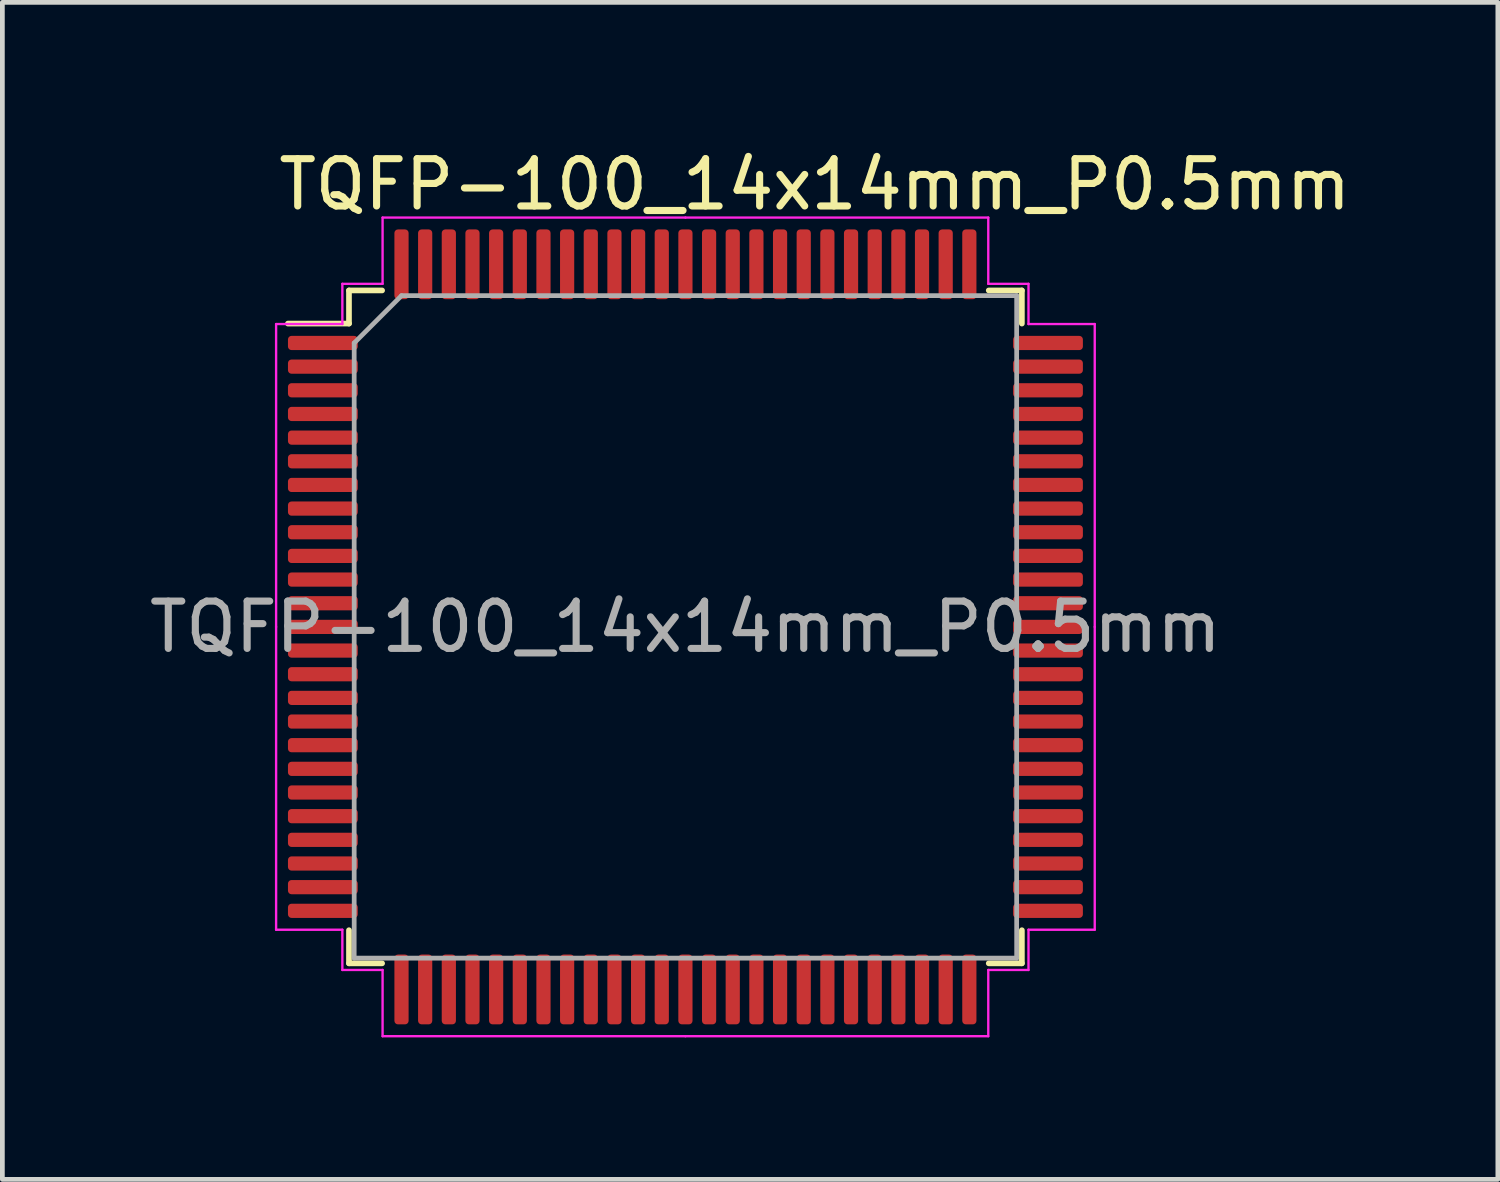
<source format=kicad_pcb>
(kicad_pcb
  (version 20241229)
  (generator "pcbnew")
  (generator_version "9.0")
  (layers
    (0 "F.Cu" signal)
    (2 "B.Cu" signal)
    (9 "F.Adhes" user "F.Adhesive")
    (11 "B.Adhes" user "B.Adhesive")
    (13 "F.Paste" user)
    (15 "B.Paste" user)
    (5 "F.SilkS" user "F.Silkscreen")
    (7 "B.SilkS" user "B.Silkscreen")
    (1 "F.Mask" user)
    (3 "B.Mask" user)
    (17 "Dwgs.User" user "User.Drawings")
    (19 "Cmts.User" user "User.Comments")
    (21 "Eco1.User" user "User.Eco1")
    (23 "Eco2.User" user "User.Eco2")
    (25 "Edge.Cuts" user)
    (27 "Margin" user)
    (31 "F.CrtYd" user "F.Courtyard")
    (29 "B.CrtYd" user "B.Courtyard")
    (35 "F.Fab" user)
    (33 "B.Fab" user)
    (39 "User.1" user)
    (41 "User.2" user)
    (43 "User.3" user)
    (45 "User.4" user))
  (footprint "TQFP-100_14x14mm_P0.5mm"
    (layer "F.Cu")
    (at 11.435 10.198)
    (property "Reference" "TQFP-100_14x14mm_P0.5mm" (at 2.735 -9.35 180) (layer "F.SilkS") (effects (font (size 1 1) (thickness 0.15))))
    (attr smd)
    (fp_line (start -7.11 -7.11) (end -7.11 -6.41) (stroke (width 0.12) (type solid)) (layer "F.SilkS"))
    (fp_line (start -7.11 -6.41) (end -8.4 -6.41) (stroke (width 0.12) (type solid)) (layer "F.SilkS"))
    (fp_line (start -7.11 7.11) (end -7.11 6.41) (stroke (width 0.12) (type solid)) (layer "F.SilkS"))
    (fp_line (start -6.41 -7.11) (end -7.11 -7.11) (stroke (width 0.12) (type solid)) (layer "F.SilkS"))
    (fp_line (start -6.41 7.11) (end -7.11 7.11) (stroke (width 0.12) (type solid)) (layer "F.SilkS"))
    (fp_line (start 6.41 -7.11) (end 7.11 -7.11) (stroke (width 0.12) (type solid)) (layer "F.SilkS"))
    (fp_line (start 6.41 7.11) (end 7.11 7.11) (stroke (width 0.12) (type solid)) (layer "F.SilkS"))
    (fp_line (start 7.11 -7.11) (end 7.11 -6.41) (stroke (width 0.12) (type solid)) (layer "F.SilkS"))
    (fp_line (start 7.11 7.11) (end 7.11 6.41) (stroke (width 0.12) (type solid)) (layer "F.SilkS"))
    (fp_line (start -8.65 -6.4) (end -8.65 0) (stroke (width 0.05) (type solid)) (layer "F.CrtYd"))
    (fp_line (start -8.65 6.4) (end -8.65 0) (stroke (width 0.05) (type solid)) (layer "F.CrtYd"))
    (fp_line (start -7.25 -7.25) (end -7.25 -6.4) (stroke (width 0.05) (type solid)) (layer "F.CrtYd"))
    (fp_line (start -7.25 -6.4) (end -8.65 -6.4) (stroke (width 0.05) (type solid)) (layer "F.CrtYd"))
    (fp_line (start -7.25 6.4) (end -8.65 6.4) (stroke (width 0.05) (type solid)) (layer "F.CrtYd"))
    (fp_line (start -7.25 7.25) (end -7.25 6.4) (stroke (width 0.05) (type solid)) (layer "F.CrtYd"))
    (fp_line (start -6.4 -8.65) (end -6.4 -7.25) (stroke (width 0.05) (type solid)) (layer "F.CrtYd"))
    (fp_line (start -6.4 -7.25) (end -7.25 -7.25) (stroke (width 0.05) (type solid)) (layer "F.CrtYd"))
    (fp_line (start -6.4 7.25) (end -7.25 7.25) (stroke (width 0.05) (type solid)) (layer "F.CrtYd"))
    (fp_line (start -6.4 8.65) (end -6.4 7.25) (stroke (width 0.05) (type solid)) (layer "F.CrtYd"))
    (fp_line (start 0 -8.65) (end -6.4 -8.65) (stroke (width 0.05) (type solid)) (layer "F.CrtYd"))
    (fp_line (start 0 -8.65) (end 6.4 -8.65) (stroke (width 0.05) (type solid)) (layer "F.CrtYd"))
    (fp_line (start 0 8.65) (end -6.4 8.65) (stroke (width 0.05) (type solid)) (layer "F.CrtYd"))
    (fp_line (start 0 8.65) (end 6.4 8.65) (stroke (width 0.05) (type solid)) (layer "F.CrtYd"))
    (fp_line (start 6.4 -8.65) (end 6.4 -7.25) (stroke (width 0.05) (type solid)) (layer "F.CrtYd"))
    (fp_line (start 6.4 -7.25) (end 7.25 -7.25) (stroke (width 0.05) (type solid)) (layer "F.CrtYd"))
    (fp_line (start 6.4 7.25) (end 7.25 7.25) (stroke (width 0.05) (type solid)) (layer "F.CrtYd"))
    (fp_line (start 6.4 8.65) (end 6.4 7.25) (stroke (width 0.05) (type solid)) (layer "F.CrtYd"))
    (fp_line (start 7.25 -7.25) (end 7.25 -6.4) (stroke (width 0.05) (type solid)) (layer "F.CrtYd"))
    (fp_line (start 7.25 -6.4) (end 8.65 -6.4) (stroke (width 0.05) (type solid)) (layer "F.CrtYd"))
    (fp_line (start 7.25 6.4) (end 8.65 6.4) (stroke (width 0.05) (type solid)) (layer "F.CrtYd"))
    (fp_line (start 7.25 7.25) (end 7.25 6.4) (stroke (width 0.05) (type solid)) (layer "F.CrtYd"))
    (fp_line (start 8.65 -6.4) (end 8.65 0) (stroke (width 0.05) (type solid)) (layer "F.CrtYd"))
    (fp_line (start 8.65 6.4) (end 8.65 0) (stroke (width 0.05) (type solid)) (layer "F.CrtYd"))
    (fp_line (start -7 -6) (end -6 -7) (stroke (width 0.1) (type solid)) (layer "F.Fab"))
    (fp_line (start -7 7) (end -7 -6) (stroke (width 0.1) (type solid)) (layer "F.Fab"))
    (fp_line (start -6 -7) (end 7 -7) (stroke (width 0.1) (type solid)) (layer "F.Fab"))
    (fp_line (start 7 -7) (end 7 7) (stroke (width 0.1) (type solid)) (layer "F.Fab"))
    (fp_line (start 7 7) (end -7 7) (stroke (width 0.1) (type solid)) (layer "F.Fab"))
    (fp_text user "${REFERENCE}" (at 0 0 180) (layer "F.Fab") (effects (font (size 1 1) (thickness 0.15))))
    (pad "1" smd roundrect (at -7.662 -6) (size 1.475 0.3) (layers "F.Cu" "F.Mask" "F.Paste") (roundrect_rratio 0.25))
    (pad "2" smd roundrect (at -7.662 -5.5) (size 1.475 0.3) (layers "F.Cu" "F.Mask" "F.Paste") (roundrect_rratio 0.25))
    (pad "3" smd roundrect (at -7.662 -5) (size 1.475 0.3) (layers "F.Cu" "F.Mask" "F.Paste") (roundrect_rratio 0.25))
    (pad "4" smd roundrect (at -7.662 -4.5) (size 1.475 0.3) (layers "F.Cu" "F.Mask" "F.Paste") (roundrect_rratio 0.25))
    (pad "5" smd roundrect (at -7.662 -4) (size 1.475 0.3) (layers "F.Cu" "F.Mask" "F.Paste") (roundrect_rratio 0.25))
    (pad "6" smd roundrect (at -7.662 -3.5) (size 1.475 0.3) (layers "F.Cu" "F.Mask" "F.Paste") (roundrect_rratio 0.25))
    (pad "7" smd roundrect (at -7.662 -3) (size 1.475 0.3) (layers "F.Cu" "F.Mask" "F.Paste") (roundrect_rratio 0.25))
    (pad "8" smd roundrect (at -7.662 -2.5) (size 1.475 0.3) (layers "F.Cu" "F.Mask" "F.Paste") (roundrect_rratio 0.25))
    (pad "9" smd roundrect (at -7.662 -2) (size 1.475 0.3) (layers "F.Cu" "F.Mask" "F.Paste") (roundrect_rratio 0.25))
    (pad "10" smd roundrect (at -7.662 -1.5) (size 1.475 0.3) (layers "F.Cu" "F.Mask" "F.Paste") (roundrect_rratio 0.25))
    (pad "11" smd roundrect (at -7.662 -1) (size 1.475 0.3) (layers "F.Cu" "F.Mask" "F.Paste") (roundrect_rratio 0.25))
    (pad "12" smd roundrect (at -7.662 -0.5) (size 1.475 0.3) (layers "F.Cu" "F.Mask" "F.Paste") (roundrect_rratio 0.25))
    (pad "13" smd roundrect (at -7.662 0) (size 1.475 0.3) (layers "F.Cu" "F.Mask" "F.Paste") (roundrect_rratio 0.25))
    (pad "14" smd roundrect (at -7.662 0.5) (size 1.475 0.3) (layers "F.Cu" "F.Mask" "F.Paste") (roundrect_rratio 0.25))
    (pad "15" smd roundrect (at -7.662 1) (size 1.475 0.3) (layers "F.Cu" "F.Mask" "F.Paste") (roundrect_rratio 0.25))
    (pad "16" smd roundrect (at -7.662 1.5) (size 1.475 0.3) (layers "F.Cu" "F.Mask" "F.Paste") (roundrect_rratio 0.25))
    (pad "17" smd roundrect (at -7.662 2) (size 1.475 0.3) (layers "F.Cu" "F.Mask" "F.Paste") (roundrect_rratio 0.25))
    (pad "18" smd roundrect (at -7.662 2.5) (size 1.475 0.3) (layers "F.Cu" "F.Mask" "F.Paste") (roundrect_rratio 0.25))
    (pad "19" smd roundrect (at -7.662 3) (size 1.475 0.3) (layers "F.Cu" "F.Mask" "F.Paste") (roundrect_rratio 0.25))
    (pad "20" smd roundrect (at -7.662 3.5) (size 1.475 0.3) (layers "F.Cu" "F.Mask" "F.Paste") (roundrect_rratio 0.25))
    (pad "21" smd roundrect (at -7.662 4) (size 1.475 0.3) (layers "F.Cu" "F.Mask" "F.Paste") (roundrect_rratio 0.25))
    (pad "22" smd roundrect (at -7.662 4.5) (size 1.475 0.3) (layers "F.Cu" "F.Mask" "F.Paste") (roundrect_rratio 0.25))
    (pad "23" smd roundrect (at -7.662 5) (size 1.475 0.3) (layers "F.Cu" "F.Mask" "F.Paste") (roundrect_rratio 0.25))
    (pad "24" smd roundrect (at -7.662 5.5) (size 1.475 0.3) (layers "F.Cu" "F.Mask" "F.Paste") (roundrect_rratio 0.25))
    (pad "25" smd roundrect (at -7.662 6) (size 1.475 0.3) (layers "F.Cu" "F.Mask" "F.Paste") (roundrect_rratio 0.25))
    (pad "26" smd roundrect (at -6 7.662) (size 0.3 1.475) (layers "F.Cu" "F.Mask" "F.Paste") (roundrect_rratio 0.25))
    (pad "27" smd roundrect (at -5.5 7.662) (size 0.3 1.475) (layers "F.Cu" "F.Mask" "F.Paste") (roundrect_rratio 0.25))
    (pad "28" smd roundrect (at -5 7.662) (size 0.3 1.475) (layers "F.Cu" "F.Mask" "F.Paste") (roundrect_rratio 0.25))
    (pad "29" smd roundrect (at -4.5 7.662) (size 0.3 1.475) (layers "F.Cu" "F.Mask" "F.Paste") (roundrect_rratio 0.25))
    (pad "30" smd roundrect (at -4 7.662) (size 0.3 1.475) (layers "F.Cu" "F.Mask" "F.Paste") (roundrect_rratio 0.25))
    (pad "31" smd roundrect (at -3.5 7.662) (size 0.3 1.475) (layers "F.Cu" "F.Mask" "F.Paste") (roundrect_rratio 0.25))
    (pad "32" smd roundrect (at -3 7.662) (size 0.3 1.475) (layers "F.Cu" "F.Mask" "F.Paste") (roundrect_rratio 0.25))
    (pad "33" smd roundrect (at -2.5 7.662) (size 0.3 1.475) (layers "F.Cu" "F.Mask" "F.Paste") (roundrect_rratio 0.25))
    (pad "34" smd roundrect (at -2 7.662) (size 0.3 1.475) (layers "F.Cu" "F.Mask" "F.Paste") (roundrect_rratio 0.25))
    (pad "35" smd roundrect (at -1.5 7.662) (size 0.3 1.475) (layers "F.Cu" "F.Mask" "F.Paste") (roundrect_rratio 0.25))
    (pad "36" smd roundrect (at -1 7.662) (size 0.3 1.475) (layers "F.Cu" "F.Mask" "F.Paste") (roundrect_rratio 0.25))
    (pad "37" smd roundrect (at -0.5 7.662) (size 0.3 1.475) (layers "F.Cu" "F.Mask" "F.Paste") (roundrect_rratio 0.25))
    (pad "38" smd roundrect (at 0 7.662) (size 0.3 1.475) (layers "F.Cu" "F.Mask" "F.Paste") (roundrect_rratio 0.25))
    (pad "39" smd roundrect (at 0.5 7.662) (size 0.3 1.475) (layers "F.Cu" "F.Mask" "F.Paste") (roundrect_rratio 0.25))
    (pad "40" smd roundrect (at 1 7.662) (size 0.3 1.475) (layers "F.Cu" "F.Mask" "F.Paste") (roundrect_rratio 0.25))
    (pad "41" smd roundrect (at 1.5 7.662) (size 0.3 1.475) (layers "F.Cu" "F.Mask" "F.Paste") (roundrect_rratio 0.25))
    (pad "42" smd roundrect (at 2 7.662) (size 0.3 1.475) (layers "F.Cu" "F.Mask" "F.Paste") (roundrect_rratio 0.25))
    (pad "43" smd roundrect (at 2.5 7.662) (size 0.3 1.475) (layers "F.Cu" "F.Mask" "F.Paste") (roundrect_rratio 0.25))
    (pad "44" smd roundrect (at 3 7.662) (size 0.3 1.475) (layers "F.Cu" "F.Mask" "F.Paste") (roundrect_rratio 0.25))
    (pad "45" smd roundrect (at 3.5 7.662) (size 0.3 1.475) (layers "F.Cu" "F.Mask" "F.Paste") (roundrect_rratio 0.25))
    (pad "46" smd roundrect (at 4 7.662) (size 0.3 1.475) (layers "F.Cu" "F.Mask" "F.Paste") (roundrect_rratio 0.25))
    (pad "47" smd roundrect (at 4.5 7.662) (size 0.3 1.475) (layers "F.Cu" "F.Mask" "F.Paste") (roundrect_rratio 0.25))
    (pad "48" smd roundrect (at 5 7.662) (size 0.3 1.475) (layers "F.Cu" "F.Mask" "F.Paste") (roundrect_rratio 0.25))
    (pad "49" smd roundrect (at 5.5 7.662) (size 0.3 1.475) (layers "F.Cu" "F.Mask" "F.Paste") (roundrect_rratio 0.25))
    (pad "50" smd roundrect (at 6 7.662) (size 0.3 1.475) (layers "F.Cu" "F.Mask" "F.Paste") (roundrect_rratio 0.25))
    (pad "51" smd roundrect (at 7.662 6) (size 1.475 0.3) (layers "F.Cu" "F.Mask" "F.Paste") (roundrect_rratio 0.25))
    (pad "52" smd roundrect (at 7.662 5.5) (size 1.475 0.3) (layers "F.Cu" "F.Mask" "F.Paste") (roundrect_rratio 0.25))
    (pad "53" smd roundrect (at 7.662 5) (size 1.475 0.3) (layers "F.Cu" "F.Mask" "F.Paste") (roundrect_rratio 0.25))
    (pad "54" smd roundrect (at 7.662 4.5) (size 1.475 0.3) (layers "F.Cu" "F.Mask" "F.Paste") (roundrect_rratio 0.25))
    (pad "55" smd roundrect (at 7.662 4) (size 1.475 0.3) (layers "F.Cu" "F.Mask" "F.Paste") (roundrect_rratio 0.25))
    (pad "56" smd roundrect (at 7.662 3.5) (size 1.475 0.3) (layers "F.Cu" "F.Mask" "F.Paste") (roundrect_rratio 0.25))
    (pad "57" smd roundrect (at 7.662 3) (size 1.475 0.3) (layers "F.Cu" "F.Mask" "F.Paste") (roundrect_rratio 0.25))
    (pad "58" smd roundrect (at 7.662 2.5) (size 1.475 0.3) (layers "F.Cu" "F.Mask" "F.Paste") (roundrect_rratio 0.25))
    (pad "59" smd roundrect (at 7.662 2) (size 1.475 0.3) (layers "F.Cu" "F.Mask" "F.Paste") (roundrect_rratio 0.25))
    (pad "60" smd roundrect (at 7.662 1.5) (size 1.475 0.3) (layers "F.Cu" "F.Mask" "F.Paste") (roundrect_rratio 0.25))
    (pad "61" smd roundrect (at 7.662 1) (size 1.475 0.3) (layers "F.Cu" "F.Mask" "F.Paste") (roundrect_rratio 0.25))
    (pad "62" smd roundrect (at 7.662 0.5) (size 1.475 0.3) (layers "F.Cu" "F.Mask" "F.Paste") (roundrect_rratio 0.25))
    (pad "63" smd roundrect (at 7.662 0) (size 1.475 0.3) (layers "F.Cu" "F.Mask" "F.Paste") (roundrect_rratio 0.25))
    (pad "64" smd roundrect (at 7.662 -0.5) (size 1.475 0.3) (layers "F.Cu" "F.Mask" "F.Paste") (roundrect_rratio 0.25))
    (pad "65" smd roundrect (at 7.662 -1) (size 1.475 0.3) (layers "F.Cu" "F.Mask" "F.Paste") (roundrect_rratio 0.25))
    (pad "66" smd roundrect (at 7.662 -1.5) (size 1.475 0.3) (layers "F.Cu" "F.Mask" "F.Paste") (roundrect_rratio 0.25))
    (pad "67" smd roundrect (at 7.662 -2) (size 1.475 0.3) (layers "F.Cu" "F.Mask" "F.Paste") (roundrect_rratio 0.25))
    (pad "68" smd roundrect (at 7.662 -2.5) (size 1.475 0.3) (layers "F.Cu" "F.Mask" "F.Paste") (roundrect_rratio 0.25))
    (pad "69" smd roundrect (at 7.662 -3) (size 1.475 0.3) (layers "F.Cu" "F.Mask" "F.Paste") (roundrect_rratio 0.25))
    (pad "70" smd roundrect (at 7.662 -3.5) (size 1.475 0.3) (layers "F.Cu" "F.Mask" "F.Paste") (roundrect_rratio 0.25))
    (pad "71" smd roundrect (at 7.662 -4) (size 1.475 0.3) (layers "F.Cu" "F.Mask" "F.Paste") (roundrect_rratio 0.25))
    (pad "72" smd roundrect (at 7.662 -4.5) (size 1.475 0.3) (layers "F.Cu" "F.Mask" "F.Paste") (roundrect_rratio 0.25))
    (pad "73" smd roundrect (at 7.662 -5) (size 1.475 0.3) (layers "F.Cu" "F.Mask" "F.Paste") (roundrect_rratio 0.25))
    (pad "74" smd roundrect (at 7.662 -5.5) (size 1.475 0.3) (layers "F.Cu" "F.Mask" "F.Paste") (roundrect_rratio 0.25))
    (pad "75" smd roundrect (at 7.662 -6) (size 1.475 0.3) (layers "F.Cu" "F.Mask" "F.Paste") (roundrect_rratio 0.25))
    (pad "76" smd roundrect (at 6 -7.662) (size 0.3 1.475) (layers "F.Cu" "F.Mask" "F.Paste") (roundrect_rratio 0.25))
    (pad "77" smd roundrect (at 5.5 -7.662) (size 0.3 1.475) (layers "F.Cu" "F.Mask" "F.Paste") (roundrect_rratio 0.25))
    (pad "78" smd roundrect (at 5 -7.662) (size 0.3 1.475) (layers "F.Cu" "F.Mask" "F.Paste") (roundrect_rratio 0.25))
    (pad "79" smd roundrect (at 4.5 -7.662) (size 0.3 1.475) (layers "F.Cu" "F.Mask" "F.Paste") (roundrect_rratio 0.25))
    (pad "80" smd roundrect (at 4 -7.662) (size 0.3 1.475) (layers "F.Cu" "F.Mask" "F.Paste") (roundrect_rratio 0.25))
    (pad "81" smd roundrect (at 3.5 -7.662) (size 0.3 1.475) (layers "F.Cu" "F.Mask" "F.Paste") (roundrect_rratio 0.25))
    (pad "82" smd roundrect (at 3 -7.662) (size 0.3 1.475) (layers "F.Cu" "F.Mask" "F.Paste") (roundrect_rratio 0.25))
    (pad "83" smd roundrect (at 2.5 -7.662) (size 0.3 1.475) (layers "F.Cu" "F.Mask" "F.Paste") (roundrect_rratio 0.25))
    (pad "84" smd roundrect (at 2 -7.662) (size 0.3 1.475) (layers "F.Cu" "F.Mask" "F.Paste") (roundrect_rratio 0.25))
    (pad "85" smd roundrect (at 1.5 -7.662) (size 0.3 1.475) (layers "F.Cu" "F.Mask" "F.Paste") (roundrect_rratio 0.25))
    (pad "86" smd roundrect (at 1 -7.662) (size 0.3 1.475) (layers "F.Cu" "F.Mask" "F.Paste") (roundrect_rratio 0.25))
    (pad "87" smd roundrect (at 0.5 -7.662) (size 0.3 1.475) (layers "F.Cu" "F.Mask" "F.Paste") (roundrect_rratio 0.25))
    (pad "88" smd roundrect (at 0 -7.662) (size 0.3 1.475) (layers "F.Cu" "F.Mask" "F.Paste") (roundrect_rratio 0.25))
    (pad "89" smd roundrect (at -0.5 -7.662) (size 0.3 1.475) (layers "F.Cu" "F.Mask" "F.Paste") (roundrect_rratio 0.25))
    (pad "90" smd roundrect (at -1 -7.662) (size 0.3 1.475) (layers "F.Cu" "F.Mask" "F.Paste") (roundrect_rratio 0.25))
    (pad "91" smd roundrect (at -1.5 -7.662) (size 0.3 1.475) (layers "F.Cu" "F.Mask" "F.Paste") (roundrect_rratio 0.25))
    (pad "92" smd roundrect (at -2 -7.662) (size 0.3 1.475) (layers "F.Cu" "F.Mask" "F.Paste") (roundrect_rratio 0.25))
    (pad "93" smd roundrect (at -2.5 -7.662) (size 0.3 1.475) (layers "F.Cu" "F.Mask" "F.Paste") (roundrect_rratio 0.25))
    (pad "94" smd roundrect (at -3 -7.662) (size 0.3 1.475) (layers "F.Cu" "F.Mask" "F.Paste") (roundrect_rratio 0.25))
    (pad "95" smd roundrect (at -3.5 -7.662) (size 0.3 1.475) (layers "F.Cu" "F.Mask" "F.Paste") (roundrect_rratio 0.25))
    (pad "96" smd roundrect (at -4 -7.662) (size 0.3 1.475) (layers "F.Cu" "F.Mask" "F.Paste") (roundrect_rratio 0.25))
    (pad "97" smd roundrect (at -4.5 -7.662) (size 0.3 1.475) (layers "F.Cu" "F.Mask" "F.Paste") (roundrect_rratio 0.25))
    (pad "98" smd roundrect (at -5 -7.662) (size 0.3 1.475) (layers "F.Cu" "F.Mask" "F.Paste") (roundrect_rratio 0.25))
    (pad "99" smd roundrect (at -5.5 -7.662) (size 0.3 1.475) (layers "F.Cu" "F.Mask" "F.Paste") (roundrect_rratio 0.25))
    (pad "100" smd roundrect (at -6 -7.662) (size 0.3 1.475) (layers "F.Cu" "F.Mask" "F.Paste") (roundrect_rratio 0.25)))
  (gr_rect
    (start -3 -3)
    (end 28.604 21.873)
    (stroke (width 0.1) (type default))
    (fill no)
    (layer "Edge.Cuts")))
</source>
